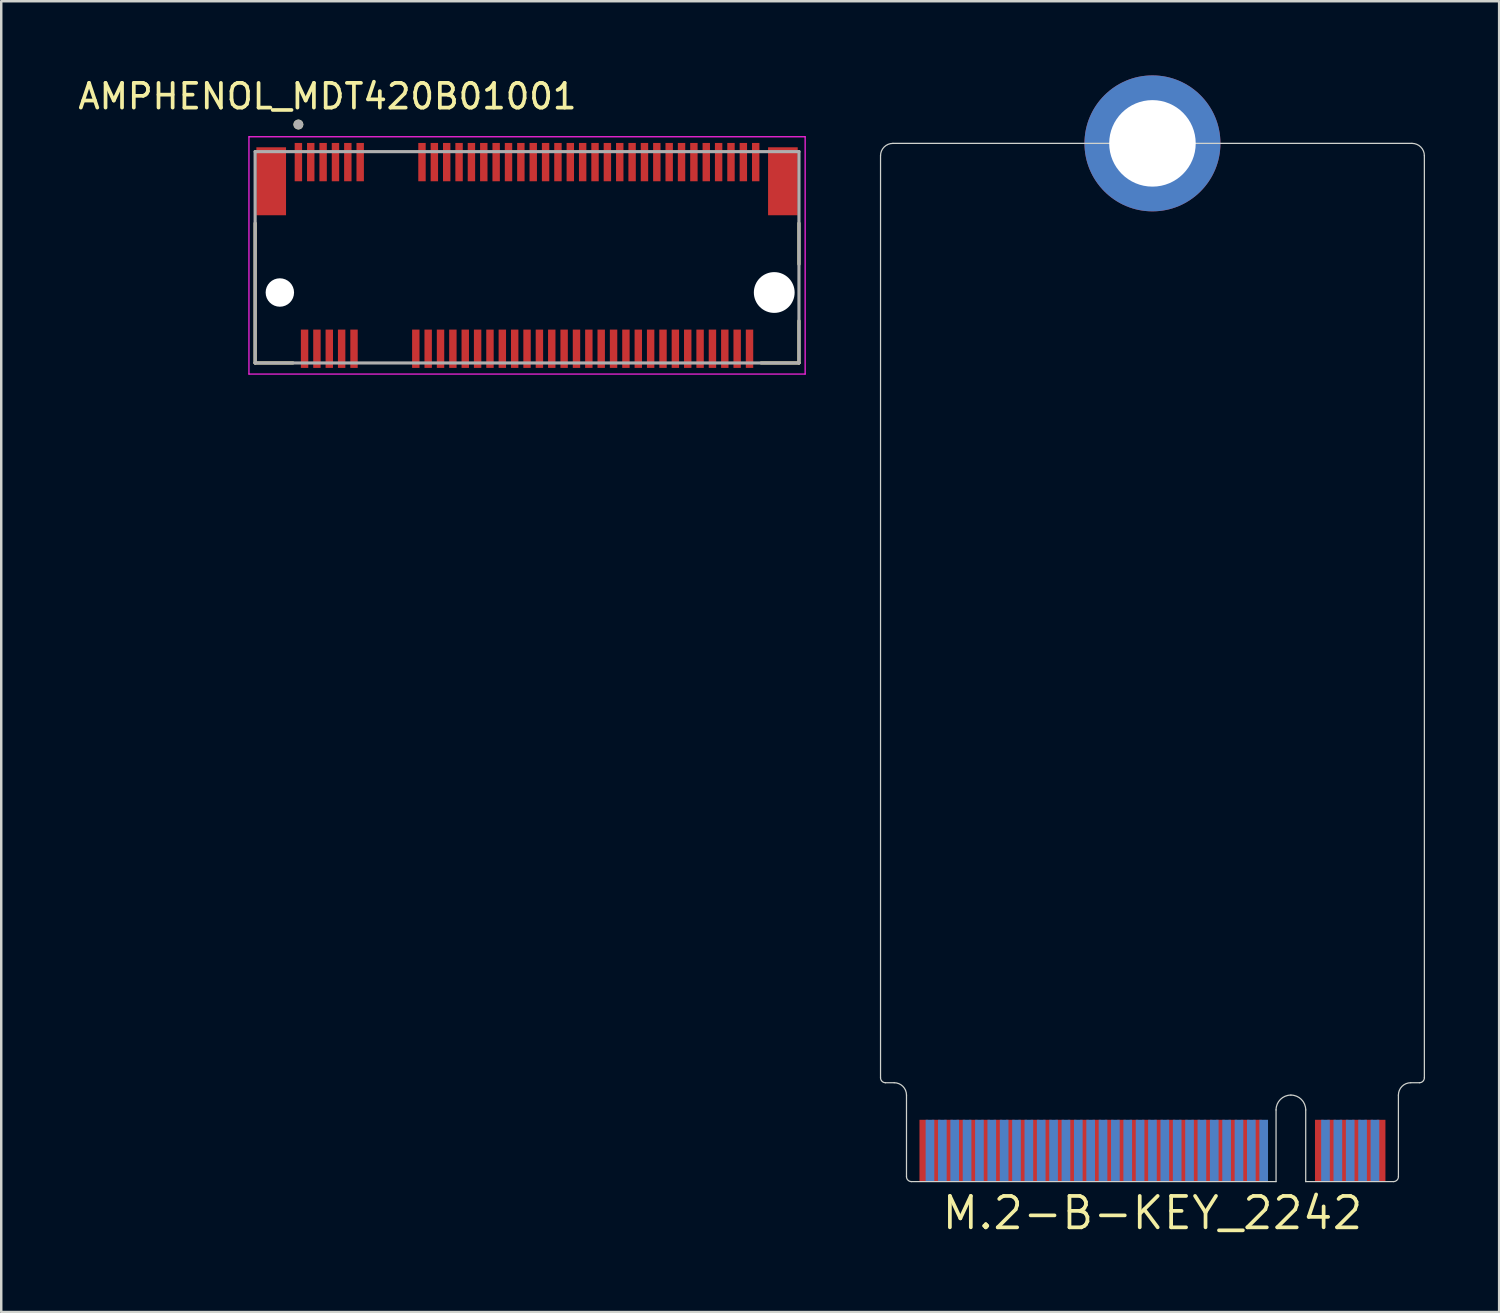
<source format=kicad_pcb>
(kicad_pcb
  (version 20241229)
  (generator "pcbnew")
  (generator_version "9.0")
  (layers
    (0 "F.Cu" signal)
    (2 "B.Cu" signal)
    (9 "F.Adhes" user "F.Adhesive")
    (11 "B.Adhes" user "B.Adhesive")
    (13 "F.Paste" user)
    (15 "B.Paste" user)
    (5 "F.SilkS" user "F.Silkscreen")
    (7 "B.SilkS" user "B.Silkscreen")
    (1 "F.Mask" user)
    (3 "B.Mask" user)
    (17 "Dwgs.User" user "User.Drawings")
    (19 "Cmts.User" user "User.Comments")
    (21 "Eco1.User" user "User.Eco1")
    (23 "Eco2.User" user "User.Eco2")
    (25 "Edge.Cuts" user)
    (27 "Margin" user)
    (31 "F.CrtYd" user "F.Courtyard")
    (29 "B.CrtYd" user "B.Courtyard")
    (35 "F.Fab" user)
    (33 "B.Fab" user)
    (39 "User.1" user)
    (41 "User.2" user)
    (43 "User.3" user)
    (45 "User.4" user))
  (footprint "AMPHENOL_MDT420B01001"
    (layer "F.Cu")
    (at 18.271 8.783)
    (property "Reference" "AMPHENOL_MDT420B01001" (at -8.075 -7.935 0) (layer "F.SilkS") (effects (font (size 1 1) (thickness 0.15))))
    (attr smd)
    (fp_line (start -11 2.85) (end -11 -2.805) (stroke (width 0.127) (type solid)) (layer "F.SilkS"))
    (fp_line (start -9.47 2.85) (end -11 2.85) (stroke (width 0.127) (type solid)) (layer "F.SilkS"))
    (fp_line (start 11 -2.805) (end 11 -1.145) (stroke (width 0.127) (type solid)) (layer "F.SilkS"))
    (fp_line (start 11 2.85) (end 9.47 2.85) (stroke (width 0.127) (type solid)) (layer "F.SilkS"))
    (fp_line (start 11 2.85) (end 11 1.145) (stroke (width 0.127) (type solid)) (layer "F.SilkS"))
    (fp_circle (center -9.25 -6.796) (end -9.15 -6.796) (stroke (width 0.2) (type solid)) (fill no) (layer "F.SilkS"))
    (fp_line (start -11.25 -6.3) (end -11.25 3.3) (stroke (width 0.05) (type solid)) (layer "F.CrtYd"))
    (fp_line (start -11.25 3.3) (end 11.25 3.3) (stroke (width 0.05) (type solid)) (layer "F.CrtYd"))
    (fp_line (start 11.25 -6.3) (end -11.25 -6.3) (stroke (width 0.05) (type solid)) (layer "F.CrtYd"))
    (fp_line (start 11.25 3.3) (end 11.25 -6.3) (stroke (width 0.05) (type solid)) (layer "F.CrtYd"))
    (fp_line (start -11 -5.7) (end 11 -5.7) (stroke (width 0.127) (type solid)) (layer "F.Fab"))
    (fp_line (start -11 2.85) (end -11 -5.7) (stroke (width 0.127) (type solid)) (layer "F.Fab"))
    (fp_line (start 11 -5.7) (end 11 2.85) (stroke (width 0.127) (type solid)) (layer "F.Fab"))
    (fp_line (start 11 2.85) (end -11 2.85) (stroke (width 0.127) (type solid)) (layer "F.Fab"))
    (fp_circle (center -9.25 -6.796) (end -9.15 -6.796) (stroke (width 0.2) (type solid)) (fill no) (layer "F.Fab"))
    (pad "" np_thru_hole circle (at -10 0) (size 1.15 1.15) (drill 1.15) (layers "*.Cu" "*.Mask"))
    (pad "" np_thru_hole circle (at 10 0) (size 1.65 1.65) (drill 1.65) (layers "*.Cu" "*.Mask"))
    (pad "1" smd rect (at -9.25 -5.275) (size 0.3 1.55) (layers "F.Cu" "F.Mask" "F.Paste"))
    (pad "2" smd rect (at -9 2.275) (size 0.3 1.55) (layers "F.Cu" "F.Mask" "F.Paste"))
    (pad "3" smd rect (at -8.75 -5.275) (size 0.3 1.55) (layers "F.Cu" "F.Mask" "F.Paste"))
    (pad "4" smd rect (at -8.5 2.275) (size 0.3 1.55) (layers "F.Cu" "F.Mask" "F.Paste"))
    (pad "5" smd rect (at -8.25 -5.275) (size 0.3 1.55) (layers "F.Cu" "F.Mask" "F.Paste"))
    (pad "6" smd rect (at -8 2.275) (size 0.3 1.55) (layers "F.Cu" "F.Mask" "F.Paste"))
    (pad "7" smd rect (at -7.75 -5.275) (size 0.3 1.55) (layers "F.Cu" "F.Mask" "F.Paste"))
    (pad "8" smd rect (at -7.5 2.275) (size 0.3 1.55) (layers "F.Cu" "F.Mask" "F.Paste"))
    (pad "9" smd rect (at -7.25 -5.275) (size 0.3 1.55) (layers "F.Cu" "F.Mask" "F.Paste"))
    (pad "10" smd rect (at -7 2.275) (size 0.3 1.55) (layers "F.Cu" "F.Mask" "F.Paste"))
    (pad "11" smd rect (at -6.75 -5.275) (size 0.3 1.55) (layers "F.Cu" "F.Mask" "F.Paste"))
    (pad "20" smd rect (at -4.5 2.275) (size 0.3 1.55) (layers "F.Cu" "F.Mask" "F.Paste"))
    (pad "21" smd rect (at -4.25 -5.275) (size 0.3 1.55) (layers "F.Cu" "F.Mask" "F.Paste"))
    (pad "22" smd rect (at -4 2.275) (size 0.3 1.55) (layers "F.Cu" "F.Mask" "F.Paste"))
    (pad "23" smd rect (at -3.75 -5.275) (size 0.3 1.55) (layers "F.Cu" "F.Mask" "F.Paste"))
    (pad "24" smd rect (at -3.5 2.275) (size 0.3 1.55) (layers "F.Cu" "F.Mask" "F.Paste"))
    (pad "25" smd rect (at -3.25 -5.275) (size 0.3 1.55) (layers "F.Cu" "F.Mask" "F.Paste"))
    (pad "26" smd rect (at -3 2.275) (size 0.3 1.55) (layers "F.Cu" "F.Mask" "F.Paste"))
    (pad "27" smd rect (at -2.75 -5.275) (size 0.3 1.55) (layers "F.Cu" "F.Mask" "F.Paste"))
    (pad "28" smd rect (at -2.5 2.275) (size 0.3 1.55) (layers "F.Cu" "F.Mask" "F.Paste"))
    (pad "29" smd rect (at -2.25 -5.275) (size 0.3 1.55) (layers "F.Cu" "F.Mask" "F.Paste"))
    (pad "30" smd rect (at -2 2.275) (size 0.3 1.55) (layers "F.Cu" "F.Mask" "F.Paste"))
    (pad "31" smd rect (at -1.75 -5.275) (size 0.3 1.55) (layers "F.Cu" "F.Mask" "F.Paste"))
    (pad "32" smd rect (at -1.5 2.275) (size 0.3 1.55) (layers "F.Cu" "F.Mask" "F.Paste"))
    (pad "33" smd rect (at -1.25 -5.275) (size 0.3 1.55) (layers "F.Cu" "F.Mask" "F.Paste"))
    (pad "34" smd rect (at -1 2.275) (size 0.3 1.55) (layers "F.Cu" "F.Mask" "F.Paste"))
    (pad "35" smd rect (at -0.75 -5.275) (size 0.3 1.55) (layers "F.Cu" "F.Mask" "F.Paste"))
    (pad "36" smd rect (at -0.5 2.275) (size 0.3 1.55) (layers "F.Cu" "F.Mask" "F.Paste"))
    (pad "37" smd rect (at -0.25 -5.275) (size 0.3 1.55) (layers "F.Cu" "F.Mask" "F.Paste"))
    (pad "38" smd rect (at 0 2.275) (size 0.3 1.55) (layers "F.Cu" "F.Mask" "F.Paste"))
    (pad "39" smd rect (at 0.25 -5.275) (size 0.3 1.55) (layers "F.Cu" "F.Mask" "F.Paste"))
    (pad "40" smd rect (at 0.5 2.275) (size 0.3 1.55) (layers "F.Cu" "F.Mask" "F.Paste"))
    (pad "41" smd rect (at 0.75 -5.275) (size 0.3 1.55) (layers "F.Cu" "F.Mask" "F.Paste"))
    (pad "42" smd rect (at 1 2.275) (size 0.3 1.55) (layers "F.Cu" "F.Mask" "F.Paste"))
    (pad "43" smd rect (at 1.25 -5.275) (size 0.3 1.55) (layers "F.Cu" "F.Mask" "F.Paste"))
    (pad "44" smd rect (at 1.5 2.275) (size 0.3 1.55) (layers "F.Cu" "F.Mask" "F.Paste"))
    (pad "45" smd rect (at 1.75 -5.275) (size 0.3 1.55) (layers "F.Cu" "F.Mask" "F.Paste"))
    (pad "46" smd rect (at 2 2.275) (size 0.3 1.55) (layers "F.Cu" "F.Mask" "F.Paste"))
    (pad "47" smd rect (at 2.25 -5.275) (size 0.3 1.55) (layers "F.Cu" "F.Mask" "F.Paste"))
    (pad "48" smd rect (at 2.5 2.275) (size 0.3 1.55) (layers "F.Cu" "F.Mask" "F.Paste"))
    (pad "49" smd rect (at 2.75 -5.275) (size 0.3 1.55) (layers "F.Cu" "F.Mask" "F.Paste"))
    (pad "50" smd rect (at 3 2.275) (size 0.3 1.55) (layers "F.Cu" "F.Mask" "F.Paste"))
    (pad "51" smd rect (at 3.25 -5.275) (size 0.3 1.55) (layers "F.Cu" "F.Mask" "F.Paste"))
    (pad "52" smd rect (at 3.5 2.275) (size 0.3 1.55) (layers "F.Cu" "F.Mask" "F.Paste"))
    (pad "53" smd rect (at 3.75 -5.275) (size 0.3 1.55) (layers "F.Cu" "F.Mask" "F.Paste"))
    (pad "54" smd rect (at 4 2.275) (size 0.3 1.55) (layers "F.Cu" "F.Mask" "F.Paste"))
    (pad "55" smd rect (at 4.25 -5.275) (size 0.3 1.55) (layers "F.Cu" "F.Mask" "F.Paste"))
    (pad "56" smd rect (at 4.5 2.275) (size 0.3 1.55) (layers "F.Cu" "F.Mask" "F.Paste"))
    (pad "57" smd rect (at 4.75 -5.275) (size 0.3 1.55) (layers "F.Cu" "F.Mask" "F.Paste"))
    (pad "58" smd rect (at 5 2.275) (size 0.3 1.55) (layers "F.Cu" "F.Mask" "F.Paste"))
    (pad "59" smd rect (at 5.25 -5.275) (size 0.3 1.55) (layers "F.Cu" "F.Mask" "F.Paste"))
    (pad "60" smd rect (at 5.5 2.275) (size 0.3 1.55) (layers "F.Cu" "F.Mask" "F.Paste"))
    (pad "61" smd rect (at 5.75 -5.275) (size 0.3 1.55) (layers "F.Cu" "F.Mask" "F.Paste"))
    (pad "62" smd rect (at 6 2.275) (size 0.3 1.55) (layers "F.Cu" "F.Mask" "F.Paste"))
    (pad "63" smd rect (at 6.25 -5.275) (size 0.3 1.55) (layers "F.Cu" "F.Mask" "F.Paste"))
    (pad "64" smd rect (at 6.5 2.275) (size 0.3 1.55) (layers "F.Cu" "F.Mask" "F.Paste"))
    (pad "65" smd rect (at 6.75 -5.275) (size 0.3 1.55) (layers "F.Cu" "F.Mask" "F.Paste"))
    (pad "66" smd rect (at 7 2.275) (size 0.3 1.55) (layers "F.Cu" "F.Mask" "F.Paste"))
    (pad "67" smd rect (at 7.25 -5.275) (size 0.3 1.55) (layers "F.Cu" "F.Mask" "F.Paste"))
    (pad "68" smd rect (at 7.5 2.275) (size 0.3 1.55) (layers "F.Cu" "F.Mask" "F.Paste"))
    (pad "69" smd rect (at 7.75 -5.275) (size 0.3 1.55) (layers "F.Cu" "F.Mask" "F.Paste"))
    (pad "70" smd rect (at 8 2.275) (size 0.3 1.55) (layers "F.Cu" "F.Mask" "F.Paste"))
    (pad "71" smd rect (at 8.25 -5.275) (size 0.3 1.55) (layers "F.Cu" "F.Mask" "F.Paste"))
    (pad "72" smd rect (at 8.5 2.275) (size 0.3 1.55) (layers "F.Cu" "F.Mask" "F.Paste"))
    (pad "73" smd rect (at 8.75 -5.275) (size 0.3 1.55) (layers "F.Cu" "F.Mask" "F.Paste"))
    (pad "74" smd rect (at 9 2.275) (size 0.3 1.55) (layers "F.Cu" "F.Mask" "F.Paste"))
    (pad "75" smd rect (at 9.25 -5.275) (size 0.3 1.55) (layers "F.Cu" "F.Mask" "F.Paste"))
    (pad "S1" smd rect (at -10.35 -4.5) (size 1.2 2.75) (layers "F.Cu" "F.Mask" "F.Paste"))
    (pad "S2" smd rect (at 10.35 -4.5) (size 1.2 2.75) (layers "F.Cu" "F.Mask" "F.Paste")))
  (footprint "M.2-B-KEY_2242"
    (layer "F.Cu")
    (at 43.571 44.75)
    (property "Reference" "M.2-B-KEY_2242" (at 0 1.27 0) (layer "F.SilkS") (effects (font (size 1.27 1.27) (thickness 0.15))))
    (attr through_hole)
    (fp_line (start -11 -41.5) (end -11 -4.2) (stroke (width 0.05) (type solid)) (layer "Edge.Cuts"))
    (fp_line (start -10.8 -4) (end -10.45 -4) (stroke (width 0.05) (type solid)) (layer "Edge.Cuts"))
    (fp_line (start -9.95 -3.5) (end -9.95 -0.2) (stroke (width 0.05) (type solid)) (layer "Edge.Cuts"))
    (fp_line (start -9.75 0) (end 5 0) (stroke (width 0.05) (type solid)) (layer "Edge.Cuts"))
    (fp_line (start 5 -2.9) (end 5 0) (stroke (width 0.05) (type solid)) (layer "Edge.Cuts"))
    (fp_line (start 6.2 -2.9) (end 6.2 0) (stroke (width 0.05) (type solid)) (layer "Edge.Cuts"))
    (fp_line (start 6.2 0) (end 9.75 0) (stroke (width 0.05) (type solid)) (layer "Edge.Cuts"))
    (fp_line (start 9.95 -0.2) (end 9.95 -3.5) (stroke (width 0.05) (type solid)) (layer "Edge.Cuts"))
    (fp_line (start 10.45 -4) (end 10.8 -4) (stroke (width 0.05) (type solid)) (layer "Edge.Cuts"))
    (fp_line (start 10.5 -42) (end -10.5 -42) (stroke (width 0.05) (type solid)) (layer "Edge.Cuts"))
    (fp_line (start 11 -4.2) (end 11 -41.5) (stroke (width 0.05) (type solid)) (layer "Edge.Cuts"))
    (fp_arc (start -11 -41.5) (mid -10.853553 -41.853553) (end -10.5 -42) (stroke (width 0.05) (type solid)) (layer "Edge.Cuts"))
    (fp_arc (start -10.8 -4) (mid -10.941421 -4.058579) (end -11 -4.2) (stroke (width 0.05) (type solid)) (layer "Edge.Cuts"))
    (fp_arc (start -10.45 -4) (mid -10.096447 -3.853553) (end -9.95 -3.5) (stroke (width 0.05) (type solid)) (layer "Edge.Cuts"))
    (fp_arc (start -9.75 0) (mid -9.891421 -0.058579) (end -9.95 -0.2) (stroke (width 0.05) (type solid)) (layer "Edge.Cuts"))
    (fp_arc (start 5 -2.9) (mid 5.175736 -3.324264) (end 5.6 -3.5) (stroke (width 0.05) (type solid)) (layer "Edge.Cuts"))
    (fp_arc (start 5.6 -3.5) (mid 6.024264 -3.324264) (end 6.2 -2.9) (stroke (width 0.05) (type solid)) (layer "Edge.Cuts"))
    (fp_arc (start 9.95 -3.5) (mid 10.096447 -3.853553) (end 10.45 -4) (stroke (width 0.05) (type solid)) (layer "Edge.Cuts"))
    (fp_arc (start 9.95 -0.2) (mid 9.891421 -0.058579) (end 9.75 0) (stroke (width 0.05) (type solid)) (layer "Edge.Cuts"))
    (fp_arc (start 10.5 -42) (mid 10.853553 -41.853553) (end 11 -41.5) (stroke (width 0.05) (type solid)) (layer "Edge.Cuts"))
    (fp_arc (start 11 -4.2) (mid 10.941421 -4.058579) (end 10.8 -4) (stroke (width 0.05) (type solid)) (layer "Edge.Cuts"))
    (pad "1" smd rect (at 9.25 -1.25) (size 0.35 2.5) (layers "F.Cu" "F.Mask" "F.Paste"))
    (pad "2" smd rect (at 9 -1.25) (size 0.35 2.5) (layers "B.Cu" "B.Mask" "B.Paste"))
    (pad "3" smd rect (at 8.75 -1.25) (size 0.35 2.5) (layers "F.Cu" "F.Mask" "F.Paste"))
    (pad "4" smd rect (at 8.5 -1.25) (size 0.35 2.5) (layers "B.Cu" "B.Mask" "B.Paste"))
    (pad "5" smd rect (at 8.25 -1.25) (size 0.35 2.5) (layers "F.Cu" "F.Mask" "F.Paste"))
    (pad "6" smd rect (at 8 -1.25) (size 0.35 2.5) (layers "B.Cu" "B.Mask" "B.Paste"))
    (pad "7" smd rect (at 7.75 -1.25) (size 0.35 2.5) (layers "F.Cu" "F.Mask" "F.Paste"))
    (pad "8" smd rect (at 7.5 -1.25) (size 0.35 2.5) (layers "B.Cu" "B.Mask" "B.Paste"))
    (pad "9" smd rect (at 7.25 -1.25) (size 0.35 2.5) (layers "F.Cu" "F.Mask" "F.Paste"))
    (pad "10" smd rect (at 7 -1.25) (size 0.35 2.5) (layers "B.Cu" "B.Mask" "B.Paste"))
    (pad "11" smd rect (at 6.75 -1.25) (size 0.35 2.5) (layers "F.Cu" "F.Mask" "F.Paste"))
    (pad "20" smd rect (at 4.5 -1.25) (size 0.35 2.5) (layers "B.Cu" "B.Mask" "B.Paste"))
    (pad "21" smd rect (at 4.25 -1.25) (size 0.35 2.5) (layers "F.Cu" "F.Mask" "F.Paste"))
    (pad "22" smd rect (at 4 -1.25) (size 0.35 2.5) (layers "B.Cu" "B.Mask" "B.Paste"))
    (pad "23" smd rect (at 3.75 -1.25) (size 0.35 2.5) (layers "F.Cu" "F.Mask" "F.Paste"))
    (pad "24" smd rect (at 3.5 -1.25) (size 0.35 2.5) (layers "B.Cu" "B.Mask" "B.Paste"))
    (pad "25" smd rect (at 3.25 -1.25) (size 0.35 2.5) (layers "F.Cu" "F.Mask" "F.Paste"))
    (pad "26" smd rect (at 3 -1.25) (size 0.35 2.5) (layers "B.Cu" "B.Mask" "B.Paste"))
    (pad "27" smd rect (at 2.75 -1.25) (size 0.35 2.5) (layers "F.Cu" "F.Mask" "F.Paste"))
    (pad "28" smd rect (at 2.5 -1.25) (size 0.35 2.5) (layers "B.Cu" "B.Mask" "B.Paste"))
    (pad "29" smd rect (at 2.25 -1.25) (size 0.35 2.5) (layers "F.Cu" "F.Mask" "F.Paste"))
    (pad "30" smd rect (at 2 -1.25) (size 0.35 2.5) (layers "B.Cu" "B.Mask" "B.Paste"))
    (pad "31" smd rect (at 1.75 -1.25) (size 0.35 2.5) (layers "F.Cu" "F.Mask" "F.Paste"))
    (pad "32" smd rect (at 1.5 -1.25) (size 0.35 2.5) (layers "B.Cu" "B.Mask" "B.Paste"))
    (pad "33" smd rect (at 1.25 -1.25) (size 0.35 2.5) (layers "F.Cu" "F.Mask" "F.Paste"))
    (pad "34" smd rect (at 1 -1.25) (size 0.35 2.5) (layers "B.Cu" "B.Mask" "B.Paste"))
    (pad "35" smd rect (at 0.75 -1.25) (size 0.35 2.5) (layers "F.Cu" "F.Mask" "F.Paste"))
    (pad "36" smd rect (at 0.5 -1.25) (size 0.35 2.5) (layers "B.Cu" "B.Mask" "B.Paste"))
    (pad "37" smd rect (at 0.25 -1.25) (size 0.35 2.5) (layers "F.Cu" "F.Mask" "F.Paste"))
    (pad "38" smd rect (at 0 -1.25) (size 0.35 2.5) (layers "B.Cu" "B.Mask" "B.Paste"))
    (pad "39" smd rect (at -0.25 -1.25) (size 0.35 2.5) (layers "F.Cu" "F.Mask" "F.Paste"))
    (pad "40" smd rect (at -0.5 -1.25) (size 0.35 2.5) (layers "B.Cu" "B.Mask" "B.Paste"))
    (pad "41" smd rect (at -0.75 -1.25) (size 0.35 2.5) (layers "F.Cu" "F.Mask" "F.Paste"))
    (pad "42" smd rect (at -1 -1.25) (size 0.35 2.5) (layers "B.Cu" "B.Mask" "B.Paste"))
    (pad "43" smd rect (at -1.25 -1.25) (size 0.35 2.5) (layers "F.Cu" "F.Mask" "F.Paste"))
    (pad "44" smd rect (at -1.5 -1.25) (size 0.35 2.5) (layers "B.Cu" "B.Mask" "B.Paste"))
    (pad "45" smd rect (at -1.75 -1.25) (size 0.35 2.5) (layers "F.Cu" "F.Mask" "F.Paste"))
    (pad "46" smd rect (at -2 -1.25) (size 0.35 2.5) (layers "B.Cu" "B.Mask" "B.Paste"))
    (pad "47" smd rect (at -2.25 -1.25) (size 0.35 2.5) (layers "F.Cu" "F.Mask" "F.Paste"))
    (pad "48" smd rect (at -2.5 -1.25) (size 0.35 2.5) (layers "B.Cu" "B.Mask" "B.Paste"))
    (pad "49" smd rect (at -2.75 -1.25) (size 0.35 2.5) (layers "F.Cu" "F.Mask" "F.Paste"))
    (pad "50" smd rect (at -3 -1.25) (size 0.35 2.5) (layers "B.Cu" "B.Mask" "B.Paste"))
    (pad "51" smd rect (at -3.25 -1.25) (size 0.35 2.5) (layers "F.Cu" "F.Mask" "F.Paste"))
    (pad "52" smd rect (at -3.5 -1.25) (size 0.35 2.5) (layers "B.Cu" "B.Mask" "B.Paste"))
    (pad "53" smd rect (at -3.75 -1.25) (size 0.35 2.5) (layers "F.Cu" "F.Mask" "F.Paste"))
    (pad "54" smd rect (at -4 -1.25) (size 0.35 2.5) (layers "B.Cu" "B.Mask" "B.Paste"))
    (pad "55" smd rect (at -4.25 -1.25) (size 0.35 2.5) (layers "F.Cu" "F.Mask" "F.Paste"))
    (pad "56" smd rect (at -4.5 -1.25) (size 0.35 2.5) (layers "B.Cu" "B.Mask" "B.Paste"))
    (pad "57" smd rect (at -4.75 -1.25) (size 0.35 2.5) (layers "F.Cu" "F.Mask" "F.Paste"))
    (pad "58" smd rect (at -5 -1.25) (size 0.35 2.5) (layers "B.Cu" "B.Mask" "B.Paste"))
    (pad "59" smd rect (at -5.25 -1.25) (size 0.35 2.5) (layers "F.Cu" "F.Mask" "F.Paste"))
    (pad "60" smd rect (at -5.5 -1.25) (size 0.35 2.5) (layers "B.Cu" "B.Mask" "B.Paste"))
    (pad "61" smd rect (at -5.75 -1.25) (size 0.35 2.5) (layers "F.Cu" "F.Mask" "F.Paste"))
    (pad "62" smd rect (at -6 -1.25) (size 0.35 2.5) (layers "B.Cu" "B.Mask" "B.Paste"))
    (pad "63" smd rect (at -6.25 -1.25) (size 0.35 2.5) (layers "F.Cu" "F.Mask" "F.Paste"))
    (pad "64" smd rect (at -6.5 -1.25) (size 0.35 2.5) (layers "B.Cu" "B.Mask" "B.Paste"))
    (pad "65" smd rect (at -6.75 -1.25) (size 0.35 2.5) (layers "F.Cu" "F.Mask" "F.Paste"))
    (pad "66" smd rect (at -7 -1.25) (size 0.35 2.5) (layers "B.Cu" "B.Mask" "B.Paste"))
    (pad "67" smd rect (at -7.25 -1.25) (size 0.35 2.5) (layers "F.Cu" "F.Mask" "F.Paste"))
    (pad "68" smd rect (at -7.5 -1.25) (size 0.35 2.5) (layers "B.Cu" "B.Mask" "B.Paste"))
    (pad "69" smd rect (at -7.75 -1.25) (size 0.35 2.5) (layers "F.Cu" "F.Mask" "F.Paste"))
    (pad "70" smd rect (at -8 -1.25) (size 0.35 2.5) (layers "B.Cu" "B.Mask" "B.Paste"))
    (pad "71" smd rect (at -8.25 -1.25) (size 0.35 2.5) (layers "F.Cu" "F.Mask" "F.Paste"))
    (pad "72" smd rect (at -8.5 -1.25) (size 0.35 2.5) (layers "B.Cu" "B.Mask" "B.Paste"))
    (pad "73" smd rect (at -8.75 -1.25) (size 0.35 2.5) (layers "F.Cu" "F.Mask" "F.Paste"))
    (pad "74" smd rect (at -9 -1.25) (size 0.35 2.5) (layers "B.Cu" "B.Mask" "B.Paste"))
    (pad "75" smd rect (at -9.25 -1.25) (size 0.35 2.5) (layers "F.Cu" "F.Mask" "F.Paste"))
    (pad "MOUNTING-HOLE" thru_hole circle (at 0 -42) (size 5.5 5.5) (drill 3.5) (layers "*.Cu" "*.Mask")))
  (gr_rect
    (start -3 -3)
    (end 57.596 50.026)
    (stroke (width 0.1) (type default))
    (fill no)
    (layer "Edge.Cuts")))
</source>
